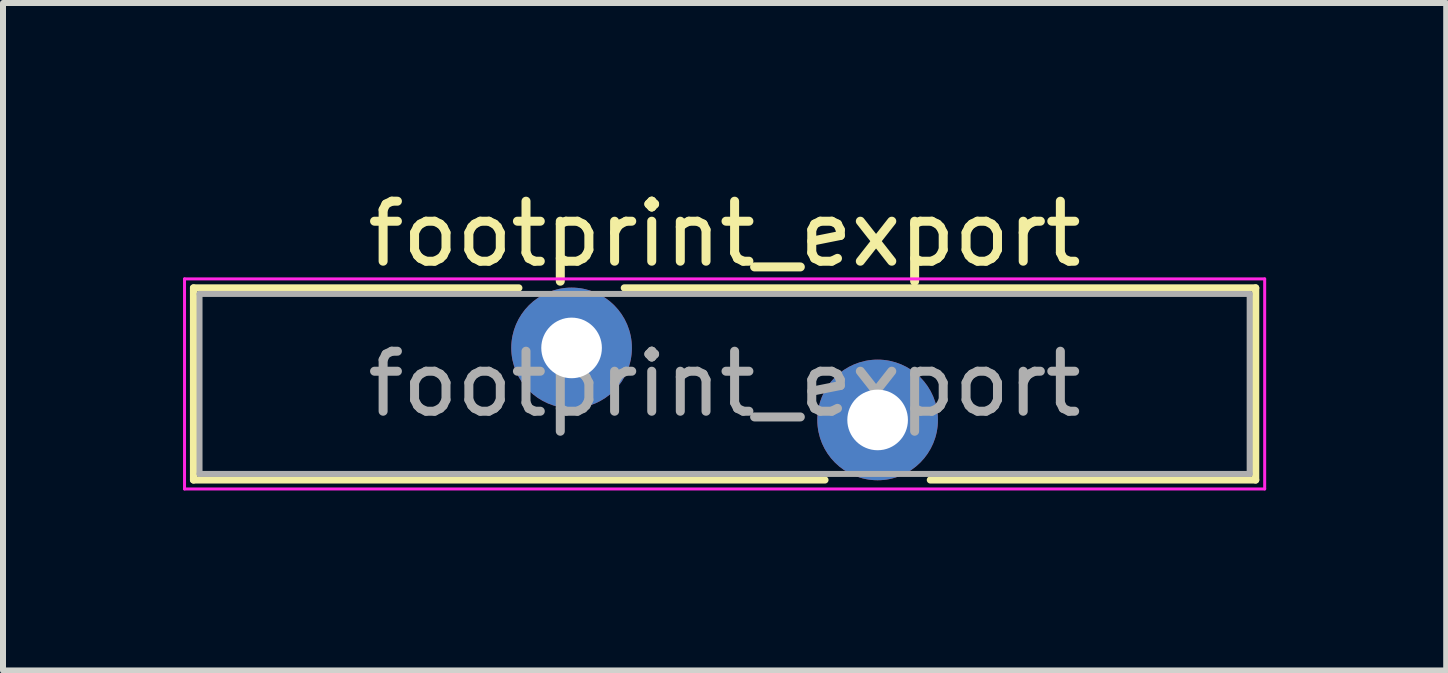
<source format=kicad_pcb>
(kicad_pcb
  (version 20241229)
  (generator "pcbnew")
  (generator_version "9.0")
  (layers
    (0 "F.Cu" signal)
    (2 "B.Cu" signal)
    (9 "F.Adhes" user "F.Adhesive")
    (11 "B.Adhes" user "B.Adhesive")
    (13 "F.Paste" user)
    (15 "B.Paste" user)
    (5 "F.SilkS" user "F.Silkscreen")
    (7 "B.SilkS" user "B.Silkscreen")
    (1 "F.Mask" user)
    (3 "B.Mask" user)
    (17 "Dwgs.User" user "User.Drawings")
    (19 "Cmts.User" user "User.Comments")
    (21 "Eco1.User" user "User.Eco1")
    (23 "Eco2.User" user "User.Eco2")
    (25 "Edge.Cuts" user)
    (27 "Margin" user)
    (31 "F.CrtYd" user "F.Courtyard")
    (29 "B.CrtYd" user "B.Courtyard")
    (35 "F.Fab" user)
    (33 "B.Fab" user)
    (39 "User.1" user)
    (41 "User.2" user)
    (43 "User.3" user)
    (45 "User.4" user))
  (footprint "footprint_export"
    (layer "F.Cu")
    (at 6.475 2.748)
    (property "Reference" "footprint_export" (at 2.55 -1.9 0) (layer "F.SilkS") (effects (font (size 1 1) (thickness 0.15))))
    (attr through_hole)
    (fp_line (start -6.3 -1) (end -6.3 2.2) (stroke (width 0.12) (type solid)) (layer "F.SilkS"))
    (fp_line (start -6.3 -1) (end -0.879 -1) (stroke (width 0.12) (type solid)) (layer "F.SilkS"))
    (fp_line (start -6.3 2.2) (end 4.222 2.2) (stroke (width 0.12) (type solid)) (layer "F.SilkS"))
    (fp_line (start 0.879 -1) (end 11.4 -1) (stroke (width 0.12) (type solid)) (layer "F.SilkS"))
    (fp_line (start 5.979 2.2) (end 11.4 2.2) (stroke (width 0.12) (type solid)) (layer "F.SilkS"))
    (fp_line (start 11.4 -1) (end 11.4 2.2) (stroke (width 0.12) (type solid)) (layer "F.SilkS"))
    (fp_line (start -6.45 -1.15) (end -6.45 2.35) (stroke (width 0.05) (type solid)) (layer "F.CrtYd"))
    (fp_line (start -6.45 2.35) (end 11.55 2.35) (stroke (width 0.05) (type solid)) (layer "F.CrtYd"))
    (fp_line (start 11.55 -1.15) (end -6.45 -1.15) (stroke (width 0.05) (type solid)) (layer "F.CrtYd"))
    (fp_line (start 11.55 2.35) (end 11.55 -1.15) (stroke (width 0.05) (type solid)) (layer "F.CrtYd"))
    (fp_line (start -6.2 -0.9) (end -6.2 2.1) (stroke (width 0.1) (type solid)) (layer "F.Fab"))
    (fp_line (start -6.2 2.1) (end 11.3 2.1) (stroke (width 0.1) (type solid)) (layer "F.Fab"))
    (fp_line (start 11.3 -0.9) (end -6.2 -0.9) (stroke (width 0.1) (type solid)) (layer "F.Fab"))
    (fp_line (start 11.3 2.1) (end 11.3 -0.9) (stroke (width 0.1) (type solid)) (layer "F.Fab"))
    (fp_text user "${REFERENCE}" (at 2.55 0.6 0) (layer "F.Fab") (effects (font (size 1 1) (thickness 0.15))))
    (pad "1" thru_hole circle (at 0 0) (size 2.01 2.01) (drill 1.01) (layers "*.Cu" "*.Mask"))
    (pad "2" thru_hole circle (at 5.1 1.2) (size 2.01 2.01) (drill 1.01) (layers "*.Cu" "*.Mask")))
  (gr_rect
    (start -3 -3)
    (end 21.05 8.123)
    (stroke (width 0.1) (type default))
    (fill no)
    (layer "Edge.Cuts")))
</source>
